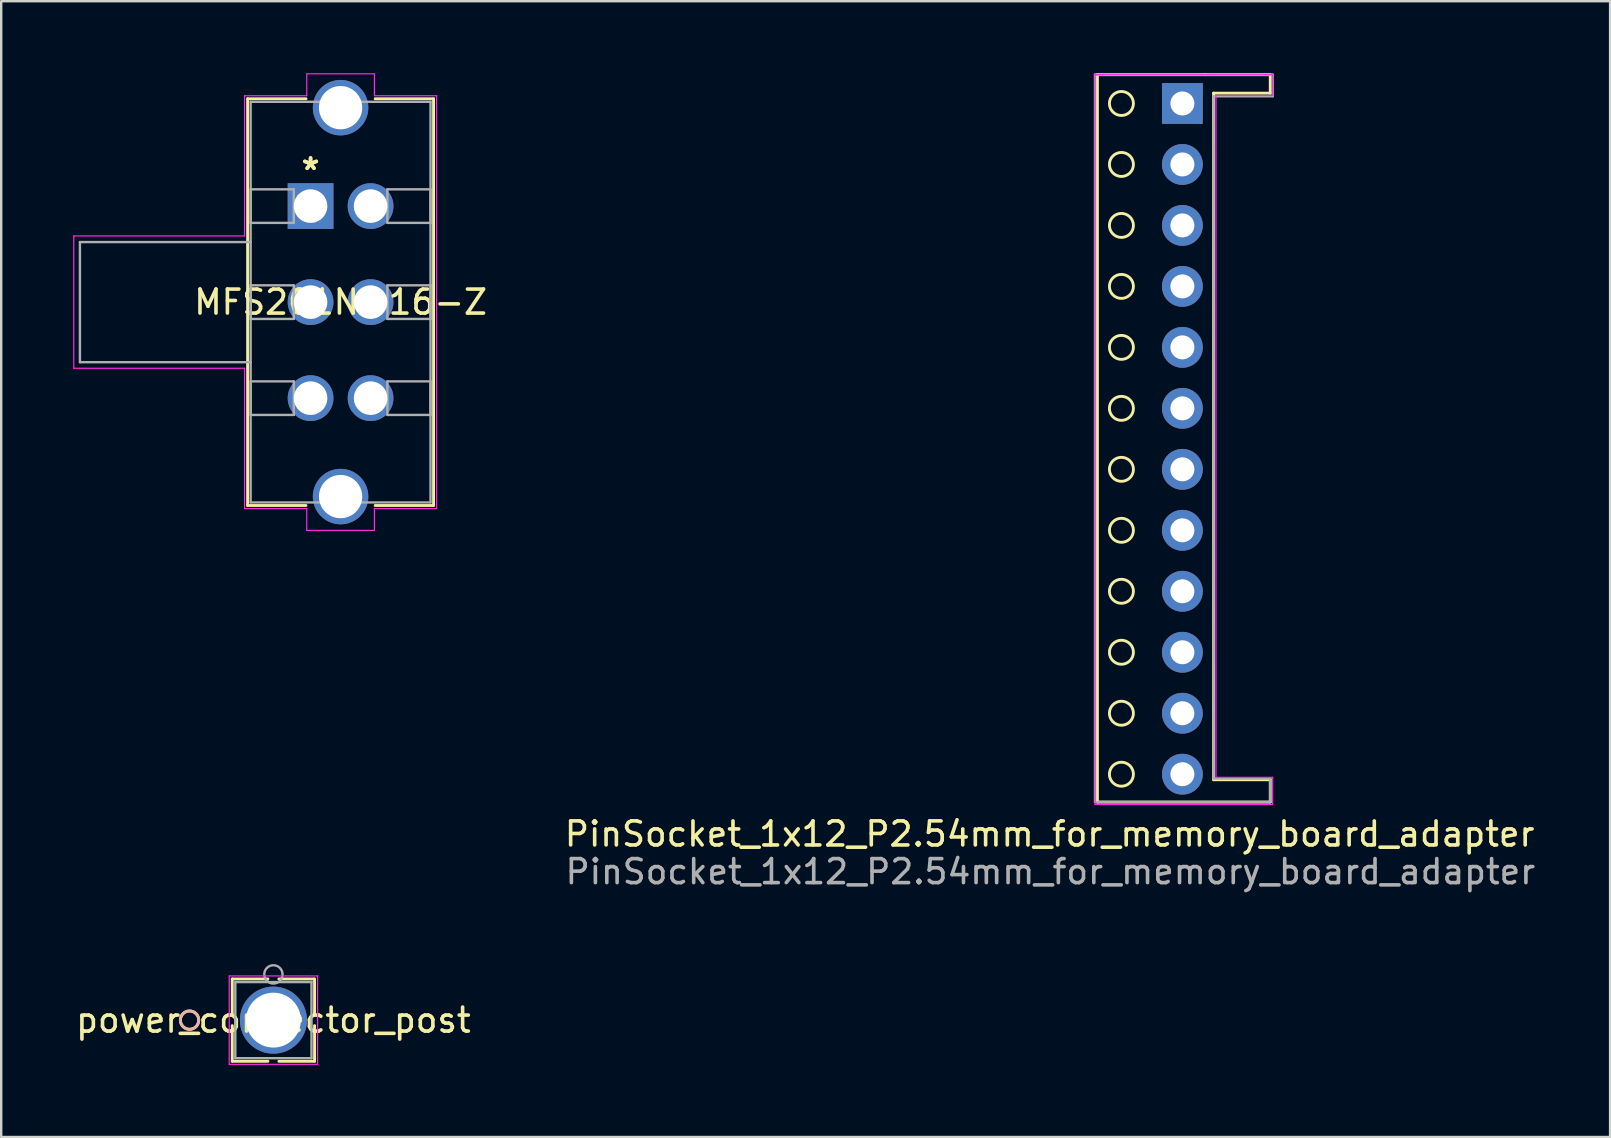
<source format=kicad_pcb>
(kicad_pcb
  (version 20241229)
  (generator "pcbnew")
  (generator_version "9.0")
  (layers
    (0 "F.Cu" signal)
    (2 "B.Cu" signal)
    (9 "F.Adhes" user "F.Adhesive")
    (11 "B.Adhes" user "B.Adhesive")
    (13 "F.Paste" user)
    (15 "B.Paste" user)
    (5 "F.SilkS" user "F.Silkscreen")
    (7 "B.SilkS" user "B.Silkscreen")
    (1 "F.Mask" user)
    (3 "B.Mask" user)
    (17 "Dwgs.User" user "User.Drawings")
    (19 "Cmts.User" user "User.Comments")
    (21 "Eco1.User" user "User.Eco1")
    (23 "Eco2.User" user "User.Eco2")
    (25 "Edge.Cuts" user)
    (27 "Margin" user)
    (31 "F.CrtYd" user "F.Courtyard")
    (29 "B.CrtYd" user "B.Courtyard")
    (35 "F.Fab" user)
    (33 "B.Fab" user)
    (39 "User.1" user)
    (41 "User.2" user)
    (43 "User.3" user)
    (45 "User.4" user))
  (footprint "MFS201N-16-Z"
    (layer "F.Cu")
    (at 9.887 5.535)
    (property "Reference" "MFS201N-16-Z" (at 1.25 4 0) (layer "F.SilkS") (effects (font (size 1 1) (thickness 0.15))))
    (attr through_hole)
    (fp_line (start -2.623 -4.471) (end -2.623 12.471) (stroke (width 0.12) (type solid)) (layer "F.SilkS"))
    (fp_line (start -2.623 12.471) (end -0.191 12.471) (stroke (width 0.12) (type solid)) (layer "F.SilkS"))
    (fp_line (start -0.191 -4.471) (end -2.623 -4.471) (stroke (width 0.12) (type solid)) (layer "F.SilkS"))
    (fp_line (start 2.691 12.471) (end 5.123 12.471) (stroke (width 0.12) (type solid)) (layer "F.SilkS"))
    (fp_line (start 5.123 -4.471) (end 2.691 -4.471) (stroke (width 0.12) (type solid)) (layer "F.SilkS"))
    (fp_line (start 5.123 12.471) (end 5.123 -4.471) (stroke (width 0.12) (type solid)) (layer "F.SilkS"))
    (fp_line (start -9.863 1.244) (end -9.863 6.756) (stroke (width 0.05) (type solid)) (layer "F.CrtYd"))
    (fp_line (start -9.863 6.756) (end -2.751 6.756) (stroke (width 0.05) (type solid)) (layer "F.CrtYd"))
    (fp_line (start -2.751 -4.598) (end -2.751 1.244) (stroke (width 0.05) (type solid)) (layer "F.CrtYd"))
    (fp_line (start -2.751 1.244) (end -9.863 1.244) (stroke (width 0.05) (type solid)) (layer "F.CrtYd"))
    (fp_line (start -2.751 6.756) (end -2.751 12.598) (stroke (width 0.05) (type solid)) (layer "F.CrtYd"))
    (fp_line (start -2.751 12.598) (end -0.16 12.598) (stroke (width 0.05) (type solid)) (layer "F.CrtYd"))
    (fp_line (start -0.16 -5.51) (end -0.16 -4.598) (stroke (width 0.05) (type solid)) (layer "F.CrtYd"))
    (fp_line (start -0.16 -4.598) (end -2.751 -4.598) (stroke (width 0.05) (type solid)) (layer "F.CrtYd"))
    (fp_line (start -0.16 12.598) (end -0.16 13.51) (stroke (width 0.05) (type solid)) (layer "F.CrtYd"))
    (fp_line (start -0.16 13.51) (end 2.66 13.51) (stroke (width 0.05) (type solid)) (layer "F.CrtYd"))
    (fp_line (start 2.66 -5.51) (end -0.16 -5.51) (stroke (width 0.05) (type solid)) (layer "F.CrtYd"))
    (fp_line (start 2.66 -4.598) (end 2.66 -5.51) (stroke (width 0.05) (type solid)) (layer "F.CrtYd"))
    (fp_line (start 2.66 12.598) (end 5.25 12.598) (stroke (width 0.05) (type solid)) (layer "F.CrtYd"))
    (fp_line (start 2.66 13.51) (end 2.66 12.598) (stroke (width 0.05) (type solid)) (layer "F.CrtYd"))
    (fp_line (start 5.25 -4.598) (end 2.66 -4.598) (stroke (width 0.05) (type solid)) (layer "F.CrtYd"))
    (fp_line (start 5.25 12.598) (end 5.25 -4.598) (stroke (width 0.05) (type solid)) (layer "F.CrtYd"))
    (fp_line (start -9.608 6.502) (end -9.608 1.498) (stroke (width 0.1) (type solid)) (layer "F.Fab"))
    (fp_line (start -2.497 -4.344) (end -2.497 12.344) (stroke (width 0.1) (type solid)) (layer "F.Fab"))
    (fp_line (start -2.497 -0.699) (end -0.699 -0.699) (stroke (width 0.1) (type solid)) (layer "F.Fab"))
    (fp_line (start -2.497 0.699) (end -2.497 -0.699) (stroke (width 0.1) (type solid)) (layer "F.Fab"))
    (fp_line (start -2.497 1.498) (end -9.608 1.498) (stroke (width 0.1) (type solid)) (layer "F.Fab"))
    (fp_line (start -2.497 3.301) (end -0.699 3.301) (stroke (width 0.1) (type solid)) (layer "F.Fab"))
    (fp_line (start -2.497 4.699) (end -2.497 3.301) (stroke (width 0.1) (type solid)) (layer "F.Fab"))
    (fp_line (start -2.497 6.502) (end -9.608 6.502) (stroke (width 0.1) (type solid)) (layer "F.Fab"))
    (fp_line (start -2.497 7.301) (end -0.699 7.301) (stroke (width 0.1) (type solid)) (layer "F.Fab"))
    (fp_line (start -2.497 8.698) (end -2.497 7.301) (stroke (width 0.1) (type solid)) (layer "F.Fab"))
    (fp_line (start -2.497 12.344) (end 4.997 12.344) (stroke (width 0.1) (type solid)) (layer "F.Fab"))
    (fp_line (start -0.699 -0.699) (end -0.699 0.699) (stroke (width 0.1) (type solid)) (layer "F.Fab"))
    (fp_line (start -0.699 0.699) (end -2.497 0.699) (stroke (width 0.1) (type solid)) (layer "F.Fab"))
    (fp_line (start -0.699 3.301) (end -0.699 4.699) (stroke (width 0.1) (type solid)) (layer "F.Fab"))
    (fp_line (start -0.699 4.699) (end -2.497 4.699) (stroke (width 0.1) (type solid)) (layer "F.Fab"))
    (fp_line (start -0.699 7.301) (end -0.699 8.698) (stroke (width 0.1) (type solid)) (layer "F.Fab"))
    (fp_line (start -0.699 8.698) (end -2.497 8.698) (stroke (width 0.1) (type solid)) (layer "F.Fab"))
    (fp_line (start 3.199 -0.699) (end 4.997 -0.699) (stroke (width 0.1) (type solid)) (layer "F.Fab"))
    (fp_line (start 3.199 0.699) (end 3.199 -0.699) (stroke (width 0.1) (type solid)) (layer "F.Fab"))
    (fp_line (start 3.199 3.301) (end 4.997 3.301) (stroke (width 0.1) (type solid)) (layer "F.Fab"))
    (fp_line (start 3.199 4.699) (end 3.199 3.301) (stroke (width 0.1) (type solid)) (layer "F.Fab"))
    (fp_line (start 3.199 7.301) (end 4.997 7.301) (stroke (width 0.1) (type solid)) (layer "F.Fab"))
    (fp_line (start 3.199 8.698) (end 3.199 7.301) (stroke (width 0.1) (type solid)) (layer "F.Fab"))
    (fp_line (start 4.997 -4.344) (end -2.497 -4.344) (stroke (width 0.1) (type solid)) (layer "F.Fab"))
    (fp_line (start 4.997 -0.699) (end 4.997 0.699) (stroke (width 0.1) (type solid)) (layer "F.Fab"))
    (fp_line (start 4.997 0.699) (end 3.199 0.699) (stroke (width 0.1) (type solid)) (layer "F.Fab"))
    (fp_line (start 4.997 3.301) (end 4.997 4.699) (stroke (width 0.1) (type solid)) (layer "F.Fab"))
    (fp_line (start 4.997 4.699) (end 3.199 4.699) (stroke (width 0.1) (type solid)) (layer "F.Fab"))
    (fp_line (start 4.997 7.301) (end 4.997 8.698) (stroke (width 0.1) (type solid)) (layer "F.Fab"))
    (fp_line (start 4.997 8.698) (end 3.199 8.698) (stroke (width 0.1) (type solid)) (layer "F.Fab"))
    (fp_line (start 4.997 12.344) (end 4.997 -4.344) (stroke (width 0.1) (type solid)) (layer "F.Fab"))
    (fp_arc (start 1.5548 -4.3439) (mid 1.25 -4.0391) (end 0.9452 -4.3439) (stroke (width 0.1) (type solid)) (layer "F.Fab"))
    (fp_text user "*" (at 0 -1.46 0) (layer "F.SilkS") (effects (font (size 1 1) (thickness 0.15))))
    (fp_text user "*" (at 0 -1.46 0) (layer "F.SilkS") (effects (font (size 1 1) (thickness 0.15))))
    (fp_text user "*" (at -0.254 0 0) (layer "F.Fab") (effects (font (size 1 1) (thickness 0.15))))
    (fp_text user "*" (at -0.254 0 0) (layer "F.Fab") (effects (font (size 1 1) (thickness 0.15))))
    (pad "1" thru_hole rect (at 0 0) (size 1.905 1.905) (drill 1.397) (layers "*.Cu" "*.Mask"))
    (pad "2" thru_hole circle (at 0 4) (size 1.905 1.905) (drill 1.397) (layers "*.Cu" "*.Mask"))
    (pad "3" thru_hole circle (at 0 8) (size 1.905 1.905) (drill 1.397) (layers "*.Cu" "*.Mask"))
    (pad "4" thru_hole circle (at 2.5 8) (size 1.905 1.905) (drill 1.397) (layers "*.Cu" "*.Mask"))
    (pad "5" thru_hole circle (at 2.5 4) (size 1.905 1.905) (drill 1.397) (layers "*.Cu" "*.Mask"))
    (pad "6" thru_hole circle (at 2.5 0) (size 1.905 1.905) (drill 1.397) (layers "*.Cu" "*.Mask"))
    (pad "7" thru_hole circle (at 1.25 -4.1) (size 2.311 2.311) (drill 1.803) (layers "*.Cu" "*.Mask"))
    (pad "8" thru_hole circle (at 1.25 12.1) (size 2.311 2.311) (drill 1.803) (layers "*.Cu" "*.Mask")))
  (footprint "PinSocket_1x12_P2.54mm_for_memory_board_adapter"
    (layer "F.Cu")
    (at 46.203 1.26)
    (property "Reference" "PinSocket_1x12_P2.54mm_for_memory_board_adapter" (at -5.53 30.43 180) (layer "F.SilkS") (effects (font (size 1 1) (thickness 0.15))))
    (attr through_hole)
    (fp_line (start -3.54 -1.2) (end -3.54 29.1) (stroke (width 0.12) (type solid)) (layer "F.SilkS"))
    (fp_line (start 0.94 -1.2) (end -3.54 -1.2) (stroke (width 0.12) (type solid)) (layer "F.SilkS"))
    (fp_line (start 0.94 -1.2) (end 3.66 -1.2) (stroke (width 0.12) (type solid)) (layer "F.SilkS"))
    (fp_line (start 1.3 -0.43) (end 1.3 28.17) (stroke (width 0.12) (type solid)) (layer "F.SilkS"))
    (fp_line (start 3.66 -1.2) (end 3.66 -0.43) (stroke (width 0.12) (type solid)) (layer "F.SilkS"))
    (fp_line (start 3.66 -0.43) (end 1.3 -0.43) (stroke (width 0.12) (type solid)) (layer "F.SilkS"))
    (fp_line (start 3.66 28.17) (end 1.3 28.17) (stroke (width 0.12) (type solid)) (layer "F.SilkS"))
    (fp_line (start 3.66 29.1) (end -3.54 29.1) (stroke (width 0.12) (type solid)) (layer "F.SilkS"))
    (fp_line (start 3.66 29.1) (end 3.66 28.17) (stroke (width 0.12) (type solid)) (layer "F.SilkS"))
    (fp_circle (center -2.54 0) (end -2.04 0) (stroke (width 0.12) (type solid)) (fill no) (layer "F.SilkS"))
    (fp_circle (center -2.54 2.54) (end -2.04 2.54) (stroke (width 0.12) (type solid)) (fill no) (layer "F.SilkS"))
    (fp_circle (center -2.54 5.08) (end -2.04 5.08) (stroke (width 0.12) (type solid)) (fill no) (layer "F.SilkS"))
    (fp_circle (center -2.54 7.62) (end -2.04 7.62) (stroke (width 0.12) (type solid)) (fill no) (layer "F.SilkS"))
    (fp_circle (center -2.54 10.16) (end -2.04 10.16) (stroke (width 0.12) (type solid)) (fill no) (layer "F.SilkS"))
    (fp_circle (center -2.54 12.7) (end -2.04 12.7) (stroke (width 0.12) (type solid)) (fill no) (layer "F.SilkS"))
    (fp_circle (center -2.54 15.24) (end -2.04 15.24) (stroke (width 0.12) (type solid)) (fill no) (layer "F.SilkS"))
    (fp_circle (center -2.54 17.78) (end -2.04 17.78) (stroke (width 0.12) (type solid)) (fill no) (layer "F.SilkS"))
    (fp_circle (center -2.54 20.32) (end -2.04 20.32) (stroke (width 0.12) (type solid)) (fill no) (layer "F.SilkS"))
    (fp_circle (center -2.54 22.86) (end -2.04 22.86) (stroke (width 0.12) (type solid)) (fill no) (layer "F.SilkS"))
    (fp_circle (center -2.54 25.4) (end -2.04 25.4) (stroke (width 0.12) (type solid)) (fill no) (layer "F.SilkS"))
    (fp_circle (center -2.54 27.94) (end -2.04 27.94) (stroke (width 0.12) (type solid)) (fill no) (layer "F.SilkS"))
    (fp_line (start -3.64 -1.2) (end 1.24 -1.2) (stroke (width 0.05) (type solid)) (layer "F.CrtYd"))
    (fp_line (start -3.64 29.2) (end -3.64 -1.2) (stroke (width 0.05) (type solid)) (layer "F.CrtYd"))
    (fp_line (start 1.24 -1.2) (end 3.76 -1.2) (stroke (width 0.05) (type solid)) (layer "F.CrtYd"))
    (fp_line (start 1.24 29.2) (end -3.64 29.2) (stroke (width 0.05) (type solid)) (layer "F.CrtYd"))
    (fp_line (start 1.24 29.2) (end 3.76 29.2) (stroke (width 0.05) (type solid)) (layer "F.CrtYd"))
    (fp_line (start 1.4 -0.33) (end 1.4 28.07) (stroke (width 0.05) (type solid)) (layer "F.CrtYd"))
    (fp_line (start 3.76 -1.2) (end 3.76 -0.33) (stroke (width 0.05) (type solid)) (layer "F.CrtYd"))
    (fp_line (start 3.76 -0.33) (end 1.4 -0.33) (stroke (width 0.05) (type solid)) (layer "F.CrtYd"))
    (fp_line (start 3.76 28.07) (end 1.4 28.07) (stroke (width 0.05) (type solid)) (layer "F.CrtYd"))
    (fp_line (start 3.76 29.2) (end 3.76 28.07) (stroke (width 0.05) (type solid)) (layer "F.CrtYd"))
    (fp_line (start -3.64 -1.2) (end 3.76 -1.2) (stroke (width 0.1) (type solid)) (layer "F.Fab"))
    (fp_line (start -3.64 29.1) (end -3.64 -1.2) (stroke (width 0.1) (type solid)) (layer "F.Fab"))
    (fp_line (start 0.82 29.1) (end -3.64 29.1) (stroke (width 0.1) (type solid)) (layer "F.Fab"))
    (fp_line (start 0.82 29.1) (end 3.66 29.1) (stroke (width 0.1) (type solid)) (layer "F.Fab"))
    (fp_line (start 1.305 28.12) (end 1.3 -0.3) (stroke (width 0.1) (type solid)) (layer "F.Fab"))
    (fp_line (start 3.66 28.12) (end 1.305 28.12) (stroke (width 0.1) (type solid)) (layer "F.Fab"))
    (fp_line (start 3.66 29.1) (end 3.66 28.12) (stroke (width 0.1) (type solid)) (layer "F.Fab"))
    (fp_line (start 3.76 -1.2) (end 3.76 -0.3) (stroke (width 0.1) (type solid)) (layer "F.Fab"))
    (fp_line (start 3.76 -0.3) (end 1.3 -0.3) (stroke (width 0.1) (type solid)) (layer "F.Fab"))
    (fp_text user "${REFERENCE}" (at -5.5 32 0) (layer "F.Fab") (effects (font (size 1 1) (thickness 0.15))))
    (pad "1" thru_hole rect (at 0 0) (size 1.7 1.7) (drill 1) (layers "*.Cu" "*.Mask"))
    (pad "2" thru_hole oval (at 0 2.54) (size 1.7 1.7) (drill 1) (layers "*.Cu" "*.Mask"))
    (pad "3" thru_hole oval (at 0 5.08) (size 1.7 1.7) (drill 1) (layers "*.Cu" "*.Mask"))
    (pad "4" thru_hole oval (at 0 7.62) (size 1.7 1.7) (drill 1) (layers "*.Cu" "*.Mask"))
    (pad "5" thru_hole oval (at 0 10.16) (size 1.7 1.7) (drill 1) (layers "*.Cu" "*.Mask"))
    (pad "6" thru_hole oval (at 0 12.7) (size 1.7 1.7) (drill 1) (layers "*.Cu" "*.Mask"))
    (pad "7" thru_hole oval (at 0 15.24) (size 1.7 1.7) (drill 1) (layers "*.Cu" "*.Mask"))
    (pad "8" thru_hole oval (at 0 17.78) (size 1.7 1.7) (drill 1) (layers "*.Cu" "*.Mask"))
    (pad "9" thru_hole oval (at 0 20.32) (size 1.7 1.7) (drill 1) (layers "*.Cu" "*.Mask"))
    (pad "10" thru_hole oval (at 0 22.86) (size 1.7 1.7) (drill 1) (layers "*.Cu" "*.Mask"))
    (pad "11" thru_hole oval (at 0 25.4) (size 1.7 1.7) (drill 1) (layers "*.Cu" "*.Mask"))
    (pad "12" thru_hole oval (at 0 27.94) (size 1.7 1.7) (drill 1) (layers "*.Cu" "*.Mask")))
  (footprint "power_connector_post"
    (layer "F.Cu")
    (at 8.339 39.444)
    (property "Reference" "power_connector_post" (at 0 0 0) (layer "F.SilkS") (effects (font (size 1 1) (thickness 0.15))))
    (attr through_hole)
    (fp_line (start -1.714 -1.714) (end -1.714 -0.229) (stroke (width 0.12) (type solid)) (layer "F.SilkS"))
    (fp_line (start -1.714 0.229) (end -1.714 1.714) (stroke (width 0.12) (type solid)) (layer "F.SilkS"))
    (fp_line (start -1.714 1.714) (end -0.229 1.714) (stroke (width 0.12) (type solid)) (layer "F.SilkS"))
    (fp_line (start -0.229 -1.714) (end -1.714 -1.714) (stroke (width 0.12) (type solid)) (layer "F.SilkS"))
    (fp_line (start 0.229 1.714) (end 1.714 1.714) (stroke (width 0.12) (type solid)) (layer "F.SilkS"))
    (fp_line (start 1.714 -1.714) (end 0.229 -1.714) (stroke (width 0.12) (type solid)) (layer "F.SilkS"))
    (fp_line (start 1.714 -0.229) (end 1.714 -1.714) (stroke (width 0.12) (type solid)) (layer "F.SilkS"))
    (fp_line (start 1.714 1.714) (end 1.714 0.229) (stroke (width 0.12) (type solid)) (layer "F.SilkS"))
    (fp_circle (center -3.493 0) (end -3.111 0) (stroke (width 0.12) (type solid)) (fill no) (layer "F.SilkS"))
    (fp_circle (center -3.493 0) (end -3.111 0) (stroke (width 0.12) (type solid)) (fill no) (layer "B.SilkS"))
    (fp_line (start -1.841 -1.841) (end -1.841 1.841) (stroke (width 0.05) (type solid)) (layer "F.CrtYd"))
    (fp_line (start -1.841 1.841) (end 1.841 1.841) (stroke (width 0.05) (type solid)) (layer "F.CrtYd"))
    (fp_line (start 1.841 -1.841) (end -1.841 -1.841) (stroke (width 0.05) (type solid)) (layer "F.CrtYd"))
    (fp_line (start 1.841 1.841) (end 1.841 -1.841) (stroke (width 0.05) (type solid)) (layer "F.CrtYd"))
    (fp_line (start -1.587 -1.587) (end -1.587 1.587) (stroke (width 0.1) (type solid)) (layer "F.Fab"))
    (fp_line (start -1.587 1.587) (end 1.587 1.587) (stroke (width 0.1) (type solid)) (layer "F.Fab"))
    (fp_line (start 1.587 -1.587) (end -1.587 -1.587) (stroke (width 0.1) (type solid)) (layer "F.Fab"))
    (fp_line (start 1.587 1.587) (end 1.587 -1.587) (stroke (width 0.1) (type solid)) (layer "F.Fab"))
    (fp_circle (center 0 -1.905) (end 0.381 -1.905) (stroke (width 0.1) (type solid)) (fill no) (layer "F.Fab"))
    (fp_text user "*" (at 0 0 0) (layer "F.SilkS") (effects (font (size 1 1) (thickness 0.15))))
    (fp_text user "*" (at 0 0 0) (layer "F.Fab") (effects (font (size 1 1) (thickness 0.15))))
    (pad "1" thru_hole circle (at 0 0) (size 2.794 2.794) (drill 2.286) (layers "*.Cu" "*.Mask")))
  (gr_rect
    (start -3 -3)
    (end 64.019 44.311)
    (stroke (width 0.1) (type default))
    (fill no)
    (layer "Edge.Cuts")))
</source>
